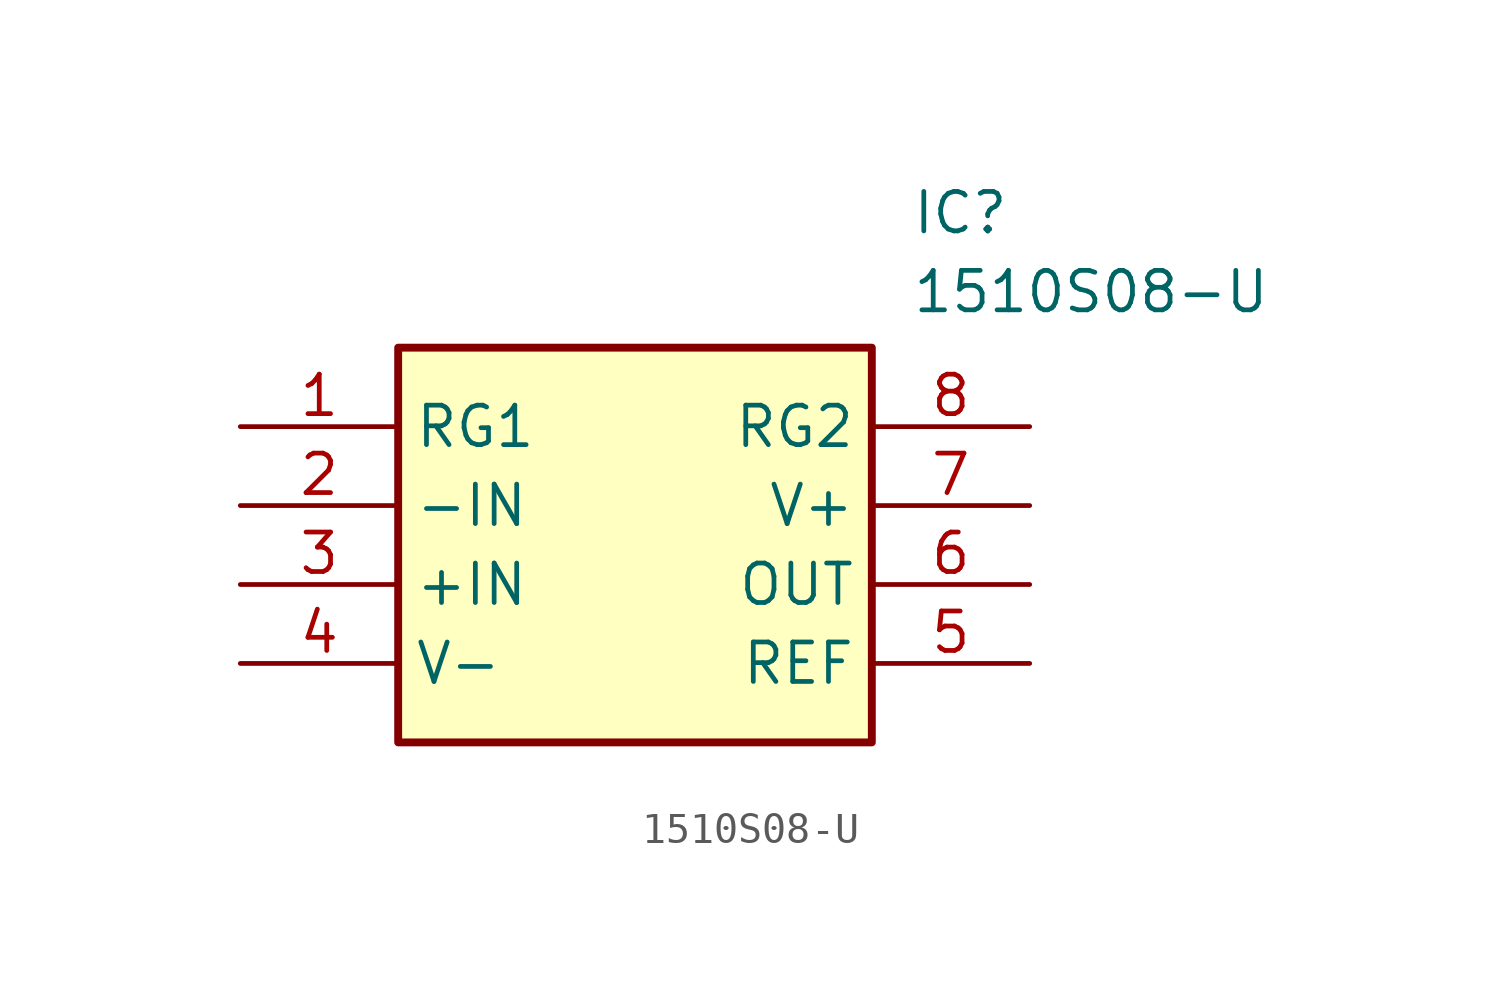
<source format=kicad_sym>
(kicad_symbol_lib
  (version 20211014)
  (generator SamacSys_ECAD_Model)
  (symbol "1510S08-U"
    (property "Reference" "IC"
      (at 21.59 7.62 0)
      (effects (font (size 1.27 1.27)) (justify left top)))
    (property "Value" "1510S08-U"
      (at 21.59 5.08 0)
      (effects (font (size 1.27 1.27)) (justify left top)))
    (rectangle
      (start 5.08 2.54)
      (end 20.32 -10.16)
      (stroke (width 0.254) (type default))
      (fill (type background)))
    (pin passive line
      (at 0 0 0)
      (length 5.08)
      (name "RG1" (effects (font (size 1.27 1.27))))
      (number "1" (effects (font (size 1.27 1.27)))))
    (pin passive line
      (at 0 -2.54 0)
      (length 5.08)
      (name "-IN" (effects (font (size 1.27 1.27))))
      (number "2" (effects (font (size 1.27 1.27)))))
    (pin passive line
      (at 0 -5.08 0)
      (length 5.08)
      (name "+IN" (effects (font (size 1.27 1.27))))
      (number "3" (effects (font (size 1.27 1.27)))))
    (pin passive line
      (at 0 -7.62 0)
      (length 5.08)
      (name "V-" (effects (font (size 1.27 1.27))))
      (number "4" (effects (font (size 1.27 1.27)))))
    (pin passive line
      (at 25.4 0 180)
      (length 5.08)
      (name "RG2" (effects (font (size 1.27 1.27))))
      (number "8" (effects (font (size 1.27 1.27)))))
    (pin passive line
      (at 25.4 -2.54 180)
      (length 5.08)
      (name "V+" (effects (font (size 1.27 1.27))))
      (number "7" (effects (font (size 1.27 1.27)))))
    (pin passive line
      (at 25.4 -5.08 180)
      (length 5.08)
      (name "OUT" (effects (font (size 1.27 1.27))))
      (number "6" (effects (font (size 1.27 1.27)))))
    (pin passive line
      (at 25.4 -7.62 180)
      (length 5.08)
      (name "REF" (effects (font (size 1.27 1.27))))
      (number "5" (effects (font (size 1.27 1.27)))))))
</source>
